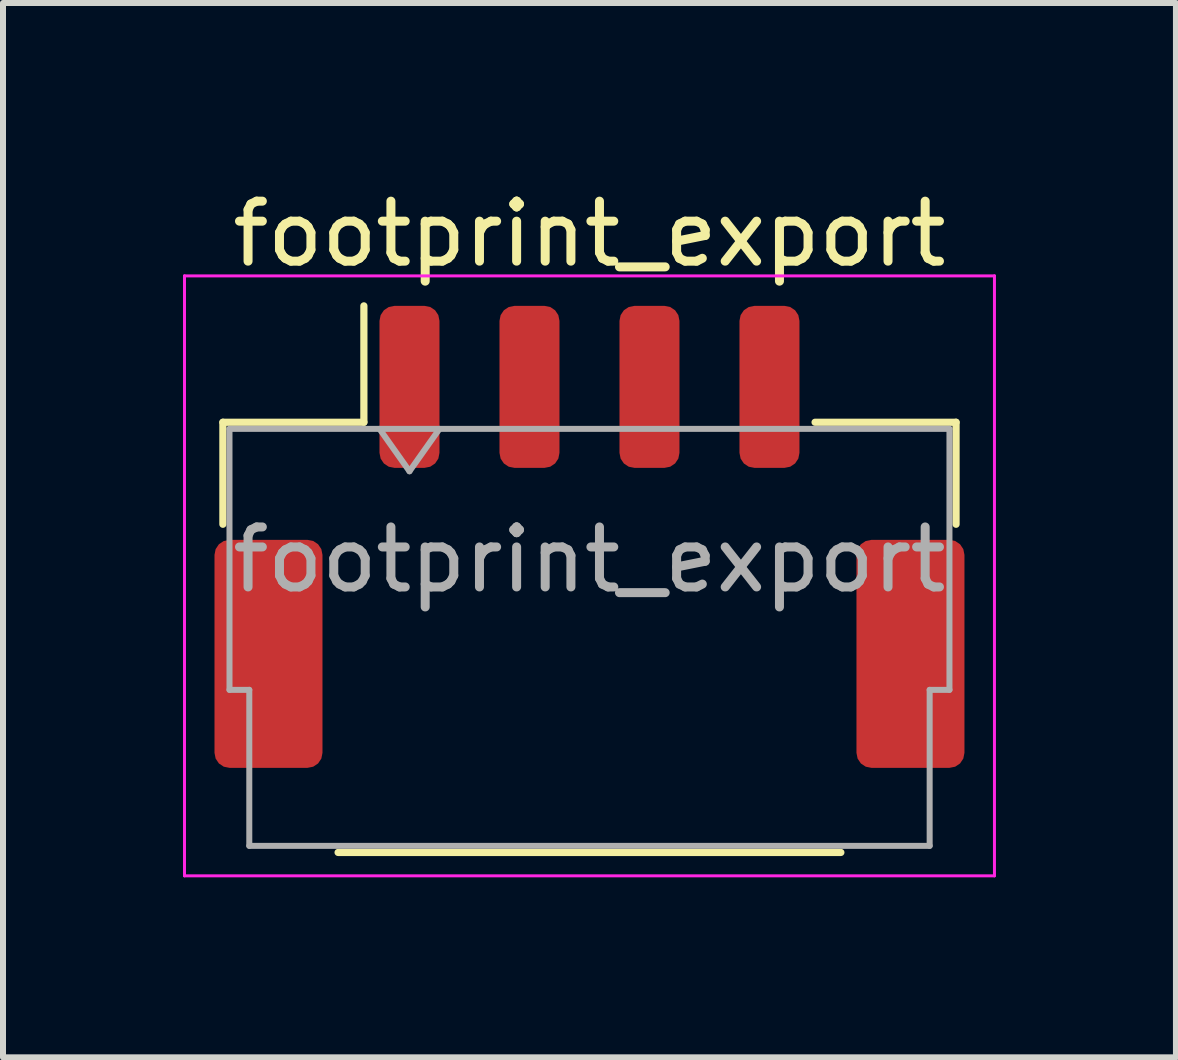
<source format=kicad_pcb>
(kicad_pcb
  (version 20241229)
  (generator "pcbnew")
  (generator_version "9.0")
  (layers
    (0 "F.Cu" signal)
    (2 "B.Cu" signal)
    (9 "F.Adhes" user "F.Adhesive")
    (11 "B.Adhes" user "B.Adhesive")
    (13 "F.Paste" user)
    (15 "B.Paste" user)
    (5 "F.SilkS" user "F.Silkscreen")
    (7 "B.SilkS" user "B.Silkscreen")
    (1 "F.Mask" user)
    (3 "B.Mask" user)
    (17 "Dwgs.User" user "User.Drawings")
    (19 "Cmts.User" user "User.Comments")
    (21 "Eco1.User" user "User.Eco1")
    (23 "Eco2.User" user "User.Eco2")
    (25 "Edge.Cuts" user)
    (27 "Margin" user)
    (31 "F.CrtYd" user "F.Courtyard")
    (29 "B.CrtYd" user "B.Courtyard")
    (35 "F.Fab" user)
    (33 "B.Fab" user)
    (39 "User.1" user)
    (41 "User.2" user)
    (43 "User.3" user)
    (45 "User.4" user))
  (footprint "footprint_export"
    (layer "F.Cu")
    (at 6.775 5.898)
    (property "Reference" "footprint_export" (at 0 -5.05 0) (layer "F.SilkS") (effects (font (size 1 1) (thickness 0.15))))
    (attr smd)
    (fp_line (start -6.11 -1.91) (end -3.76 -1.91) (stroke (width 0.12) (type solid)) (layer "F.SilkS"))
    (fp_line (start -6.11 -0.21) (end -6.11 -1.91) (stroke (width 0.12) (type solid)) (layer "F.SilkS"))
    (fp_line (start -4.19 5.26) (end 4.19 5.26) (stroke (width 0.12) (type solid)) (layer "F.SilkS"))
    (fp_line (start -3.76 -1.91) (end -3.76 -3.85) (stroke (width 0.12) (type solid)) (layer "F.SilkS"))
    (fp_line (start 6.11 -1.91) (end 3.76 -1.91) (stroke (width 0.12) (type solid)) (layer "F.SilkS"))
    (fp_line (start 6.11 -0.21) (end 6.11 -1.91) (stroke (width 0.12) (type solid)) (layer "F.SilkS"))
    (fp_line (start -6.75 -4.35) (end -6.75 5.65) (stroke (width 0.05) (type solid)) (layer "F.CrtYd"))
    (fp_line (start -6.75 5.65) (end 6.75 5.65) (stroke (width 0.05) (type solid)) (layer "F.CrtYd"))
    (fp_line (start 6.75 -4.35) (end -6.75 -4.35) (stroke (width 0.05) (type solid)) (layer "F.CrtYd"))
    (fp_line (start 6.75 5.65) (end 6.75 -4.35) (stroke (width 0.05) (type solid)) (layer "F.CrtYd"))
    (fp_line (start -6 -1.8) (end -6 2.55) (stroke (width 0.1) (type solid)) (layer "F.Fab"))
    (fp_line (start -6 -1.8) (end 6 -1.8) (stroke (width 0.1) (type solid)) (layer "F.Fab"))
    (fp_line (start -6 2.55) (end -5.67 2.55) (stroke (width 0.1) (type solid)) (layer "F.Fab"))
    (fp_line (start -5.67 2.55) (end -5.67 5.15) (stroke (width 0.1) (type solid)) (layer "F.Fab"))
    (fp_line (start -5.67 5.15) (end 5.67 5.15) (stroke (width 0.1) (type solid)) (layer "F.Fab"))
    (fp_line (start -3.5 -1.8) (end -3 -1.093) (stroke (width 0.1) (type solid)) (layer "F.Fab"))
    (fp_line (start -3 -1.093) (end -2.5 -1.8) (stroke (width 0.1) (type solid)) (layer "F.Fab"))
    (fp_line (start 5.67 2.55) (end 6 2.55) (stroke (width 0.1) (type solid)) (layer "F.Fab"))
    (fp_line (start 5.67 5.15) (end 5.67 2.55) (stroke (width 0.1) (type solid)) (layer "F.Fab"))
    (fp_line (start 6 -1.8) (end 6 2.55) (stroke (width 0.1) (type solid)) (layer "F.Fab"))
    (fp_text user "${REFERENCE}" (at 0 0.38 0) (layer "F.Fab") (effects (font (size 1 1) (thickness 0.15))))
    (pad "1" smd roundrect (at -3 -2.5) (size 1 2.7) (layers "F.Cu" "F.Mask" "F.Paste") (roundrect_rratio 0.25))
    (pad "2" smd roundrect (at -1 -2.5) (size 1 2.7) (layers "F.Cu" "F.Mask" "F.Paste") (roundrect_rratio 0.25))
    (pad "3" smd roundrect (at 1 -2.5) (size 1 2.7) (layers "F.Cu" "F.Mask" "F.Paste") (roundrect_rratio 0.25))
    (pad "4" smd roundrect (at 3 -2.5) (size 1 2.7) (layers "F.Cu" "F.Mask" "F.Paste") (roundrect_rratio 0.25))
    (pad "MP" smd roundrect (at -5.35 1.95) (size 1.8 3.8) (layers "F.Cu" "F.Mask" "F.Paste") (roundrect_rratio 0.139))
    (pad "MP" smd roundrect (at 5.35 1.95) (size 1.8 3.8) (layers "F.Cu" "F.Mask" "F.Paste") (roundrect_rratio 0.139)))
  (gr_rect
    (start -3 -3)
    (end 16.55 14.573)
    (stroke (width 0.1) (type default))
    (fill no)
    (layer "Edge.Cuts")))
</source>
